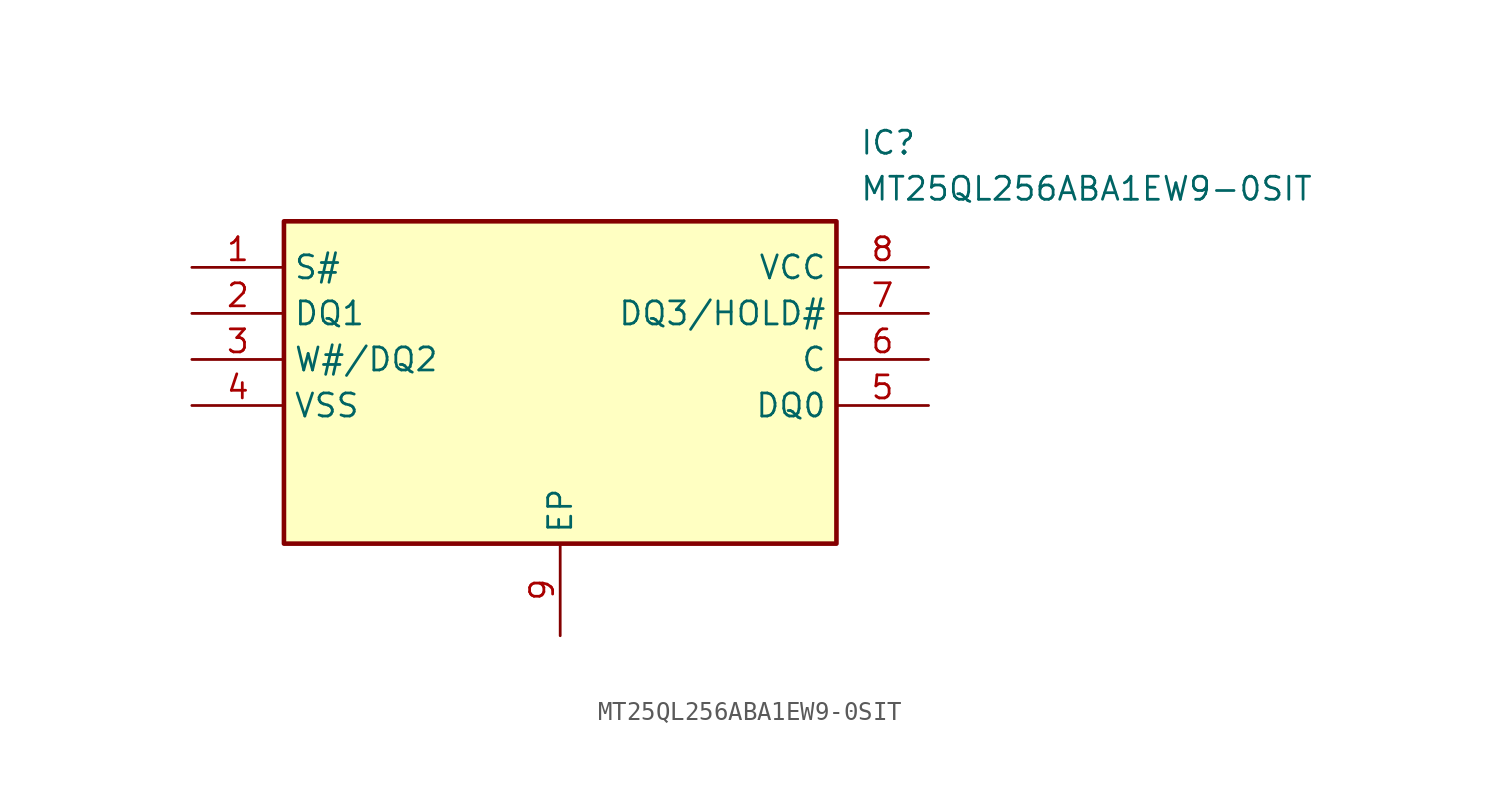
<source format=kicad_sym>
(kicad_symbol_lib
  (version 20211014)
  (generator SamacSys_ECAD_Model)
  (symbol "MT25QL256ABA1EW9-0SIT"
    (property "Reference" "IC"
      (at 36.83 7.62 0)
      (effects (font (size 1.27 1.27)) (justify left top)))
    (property "Value" "MT25QL256ABA1EW9-0SIT"
      (at 36.83 5.08 0)
      (effects (font (size 1.27 1.27)) (justify left top)))
    (rectangle
      (start 5.08 2.54)
      (end 35.56 -15.24)
      (stroke (width 0.254) (type default))
      (fill (type background)))
    (pin passive line
      (at 0 0 0)
      (length 5.08)
      (name "S#" (effects (font (size 1.27 1.27))))
      (number "1" (effects (font (size 1.27 1.27)))))
    (pin passive line
      (at 0 -2.54 0)
      (length 5.08)
      (name "DQ1" (effects (font (size 1.27 1.27))))
      (number "2" (effects (font (size 1.27 1.27)))))
    (pin passive line
      (at 0 -5.08 0)
      (length 5.08)
      (name "W#/DQ2" (effects (font (size 1.27 1.27))))
      (number "3" (effects (font (size 1.27 1.27)))))
    (pin passive line
      (at 0 -7.62 0)
      (length 5.08)
      (name "VSS" (effects (font (size 1.27 1.27))))
      (number "4" (effects (font (size 1.27 1.27)))))
    (pin passive line
      (at 20.32 -20.32 90)
      (length 5.08)
      (name "EP" (effects (font (size 1.27 1.27))))
      (number "9" (effects (font (size 1.27 1.27)))))
    (pin passive line
      (at 40.64 0 180)
      (length 5.08)
      (name "VCC" (effects (font (size 1.27 1.27))))
      (number "8" (effects (font (size 1.27 1.27)))))
    (pin passive line
      (at 40.64 -2.54 180)
      (length 5.08)
      (name "DQ3/HOLD#" (effects (font (size 1.27 1.27))))
      (number "7" (effects (font (size 1.27 1.27)))))
    (pin passive line
      (at 40.64 -5.08 180)
      (length 5.08)
      (name "C" (effects (font (size 1.27 1.27))))
      (number "6" (effects (font (size 1.27 1.27)))))
    (pin passive line
      (at 40.64 -7.62 180)
      (length 5.08)
      (name "DQ0" (effects (font (size 1.27 1.27))))
      (number "5" (effects (font (size 1.27 1.27)))))))
</source>
